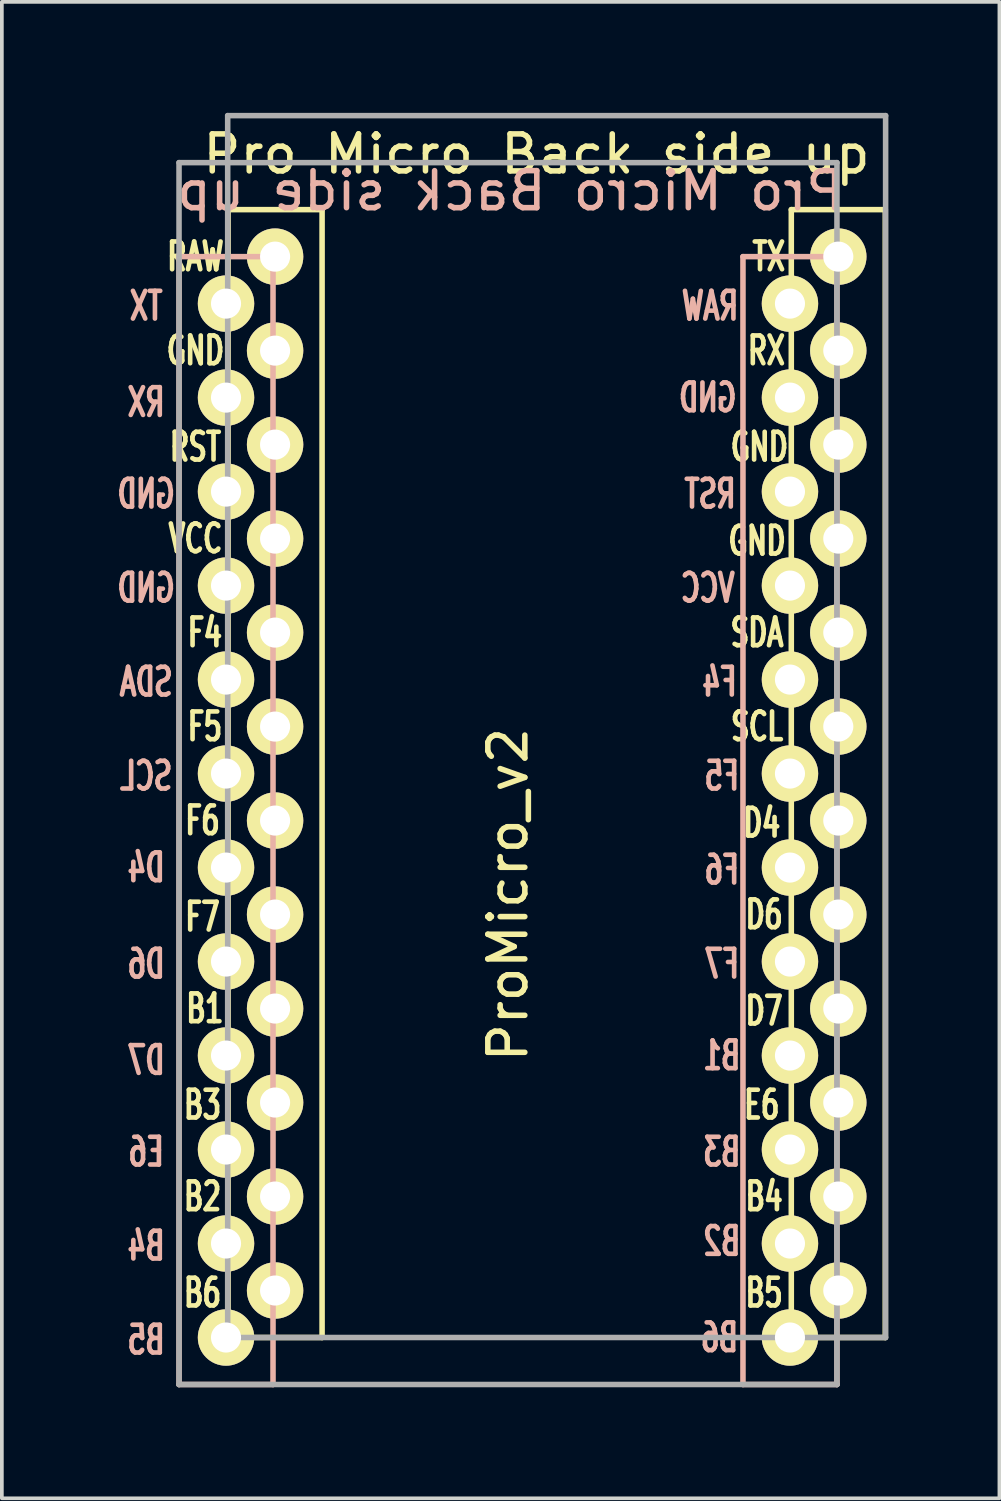
<source format=kicad_pcb>
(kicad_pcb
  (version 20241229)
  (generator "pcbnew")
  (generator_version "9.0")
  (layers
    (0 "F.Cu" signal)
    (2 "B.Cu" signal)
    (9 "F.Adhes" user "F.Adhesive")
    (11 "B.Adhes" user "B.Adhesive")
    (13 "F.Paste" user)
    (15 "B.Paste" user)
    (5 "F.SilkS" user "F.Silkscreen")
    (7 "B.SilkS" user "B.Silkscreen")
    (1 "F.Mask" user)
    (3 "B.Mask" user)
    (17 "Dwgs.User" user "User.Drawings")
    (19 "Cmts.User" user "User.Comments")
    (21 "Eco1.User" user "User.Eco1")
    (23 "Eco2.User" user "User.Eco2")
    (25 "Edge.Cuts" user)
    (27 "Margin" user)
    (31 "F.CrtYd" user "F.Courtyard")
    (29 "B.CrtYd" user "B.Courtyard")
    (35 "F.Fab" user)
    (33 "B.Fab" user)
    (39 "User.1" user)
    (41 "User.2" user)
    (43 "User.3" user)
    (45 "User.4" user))
  (footprint "ProMicro_v2"
    (layer "F.Cu")
    (at 11.948 18.363)
    (property "Reference" "ProMicro_v2" (at -1.27 2.762 270) (layer "F.SilkS") (effects (font (size 1 1) (thickness 0.15))))
    (attr through_hole)
    (fp_line (start -8.834 -15.748) (end -6.294 -15.748) (stroke (width 0.15) (type solid)) (layer "F.SilkS"))
    (fp_line (start -8.834 14.732) (end -8.834 -15.748) (stroke (width 0.15) (type solid)) (layer "F.SilkS"))
    (fp_line (start -6.294 -15.748) (end -6.294 14.732) (stroke (width 0.15) (type solid)) (layer "F.SilkS"))
    (fp_line (start -6.294 14.732) (end -8.834 14.732) (stroke (width 0.15) (type solid)) (layer "F.SilkS"))
    (fp_line (start 6.386 -15.748) (end 8.926 -15.748) (stroke (width 0.15) (type solid)) (layer "F.SilkS"))
    (fp_line (start 6.386 14.732) (end 6.386 -15.748) (stroke (width 0.15) (type solid)) (layer "F.SilkS"))
    (fp_line (start 8.926 -15.748) (end 8.926 14.732) (stroke (width 0.15) (type solid)) (layer "F.SilkS"))
    (fp_line (start 8.926 14.732) (end 6.386 14.732) (stroke (width 0.15) (type solid)) (layer "F.SilkS"))
    (fp_line (start -10.16 -14.478) (end -7.62 -14.478) (stroke (width 0.15) (type solid)) (layer "B.SilkS"))
    (fp_line (start -10.16 16.002) (end -10.16 -14.478) (stroke (width 0.15) (type solid)) (layer "B.SilkS"))
    (fp_line (start -7.62 -14.478) (end -7.62 16.002) (stroke (width 0.15) (type solid)) (layer "B.SilkS"))
    (fp_line (start -7.62 16.002) (end -10.16 16.002) (stroke (width 0.15) (type solid)) (layer "B.SilkS"))
    (fp_line (start 5.08 -14.478) (end 7.62 -14.478) (stroke (width 0.15) (type solid)) (layer "B.SilkS"))
    (fp_line (start 5.08 16.002) (end 5.08 -14.478) (stroke (width 0.15) (type solid)) (layer "B.SilkS"))
    (fp_line (start 7.62 -14.478) (end 7.62 16.002) (stroke (width 0.15) (type solid)) (layer "B.SilkS"))
    (fp_line (start 7.62 16.002) (end 5.08 16.002) (stroke (width 0.15) (type solid)) (layer "B.SilkS"))
    (fp_line (start -10.16 -17.018) (end 7.62 -17.018) (stroke (width 0.15) (type solid)) (layer "F.Fab"))
    (fp_line (start -10.16 16.002) (end -10.16 -17.018) (stroke (width 0.15) (type solid)) (layer "F.Fab"))
    (fp_line (start -8.845 -18.288) (end 8.935 -18.288) (stroke (width 0.15) (type solid)) (layer "F.Fab"))
    (fp_line (start -8.845 14.732) (end -8.845 -18.288) (stroke (width 0.15) (type solid)) (layer "F.Fab"))
    (fp_line (start 7.62 -17.018) (end 7.62 16.002) (stroke (width 0.15) (type solid)) (layer "F.Fab"))
    (fp_line (start 7.62 16.002) (end -10.16 16.002) (stroke (width 0.15) (type solid)) (layer "F.Fab"))
    (fp_line (start 8.935 -18.288) (end 8.935 14.732) (stroke (width 0.15) (type solid)) (layer "F.Fab"))
    (fp_line (start 8.935 14.732) (end -8.845 14.732) (stroke (width 0.15) (type solid)) (layer "F.Fab"))
    (fp_text user "VCC" (at -9.716 -6.858 0) (layer "F.SilkS") (effects (font (size 0.75 0.5) (thickness 0.125))))
    (fp_text user "F6" (at -9.525 0.762 0) (layer "F.SilkS") (effects (font (size 0.75 0.5) (thickness 0.125))))
    (fp_text user "F4" (at -9.461 -4.318 0) (layer "F.SilkS") (effects (font (size 0.75 0.5) (thickness 0.125))))
    (fp_text user "GND" (at 5.461 -6.795 0) (layer "F.SilkS") (effects (font (size 0.75 0.5) (thickness 0.125))))
    (fp_text user "B5" (at 5.652 13.525 0) (layer "F.SilkS") (effects (font (size 0.75 0.5) (thickness 0.125))))
    (fp_text user "B2" (at -9.525 10.922 0) (layer "F.SilkS") (effects (font (size 0.75 0.5) (thickness 0.125))))
    (fp_text user "D6" (at 5.652 3.302 0) (layer "F.SilkS") (effects (font (size 0.75 0.5) (thickness 0.125))))
    (fp_text user "RX" (at 5.715 -11.938 0) (layer "F.SilkS") (effects (font (size 0.75 0.5) (thickness 0.125))))
    (fp_text user "GND" (at -9.716 -11.938 0) (layer "F.SilkS") (effects (font (size 0.75 0.5) (thickness 0.125))))
    (fp_text user "B4" (at 5.652 10.922 0) (layer "F.SilkS") (effects (font (size 0.75 0.5) (thickness 0.125))))
    (fp_text user "F5" (at -9.461 -1.778 0) (layer "F.SilkS") (effects (font (size 0.75 0.5) (thickness 0.125))))
    (fp_text user "B3" (at -9.525 8.445 0) (layer "F.SilkS") (effects (font (size 0.75 0.5) (thickness 0.125))))
    (fp_text user "GND" (at 5.524 -9.335 0) (layer "F.SilkS") (effects (font (size 0.75 0.5) (thickness 0.125))))
    (fp_text user "B1" (at -9.461 5.842 0) (layer "F.SilkS") (effects (font (size 0.75 0.5) (thickness 0.125))))
    (fp_text user "E6" (at 5.588 8.445 0) (layer "F.SilkS") (effects (font (size 0.75 0.5) (thickness 0.125))))
    (fp_text user "D7" (at 5.652 5.905 0) (layer "F.SilkS") (effects (font (size 0.75 0.5) (thickness 0.125))))
    (fp_text user "D4" (at 5.588 0.826 0) (layer "F.SilkS") (effects (font (size 0.75 0.5) (thickness 0.125))))
    (fp_text user "RST" (at -9.716 -9.335 0) (layer "F.SilkS") (effects (font (size 0.75 0.5) (thickness 0.125))))
    (fp_text user "B6" (at -9.525 13.525 0) (layer "F.SilkS") (effects (font (size 0.75 0.5) (thickness 0.125))))
    (fp_text user "Pro Micro Back side up" (at -0.5 -17.25 0) (layer "F.SilkS") (effects (font (size 1 1) (thickness 0.15))))
    (fp_text user "TX" (at 5.779 -14.478 0) (layer "F.SilkS") (effects (font (size 0.75 0.5) (thickness 0.125))))
    (fp_text user "SDA" (at 5.461 -4.318 0) (layer "F.SilkS") (effects (font (size 0.75 0.5) (thickness 0.125))))
    (fp_text user "F7" (at -9.525 3.365 0) (layer "F.SilkS") (effects (font (size 0.75 0.5) (thickness 0.125))))
    (fp_text user "RAW" (at -9.716 -14.478 0) (layer "F.SilkS") (effects (font (size 0.75 0.5) (thickness 0.125))))
    (fp_text user "SCL" (at 5.461 -1.778 0) (layer "F.SilkS") (effects (font (size 0.75 0.5) (thickness 0.125))))
    (fp_text user "RX" (at -11.049 -10.541 0) (layer "B.SilkS") (effects (font (size 0.75 0.5) (thickness 0.125)) (justify mirror)))
    (fp_text user "B5" (at -11.049 14.796 0) (layer "B.SilkS") (effects (font (size 0.75 0.5) (thickness 0.125)) (justify mirror)))
    (fp_text user "F7" (at 4.508 4.636 0) (layer "B.SilkS") (effects (font (size 0.75 0.5) (thickness 0.125)) (justify mirror)))
    (fp_text user "F6" (at 4.508 2.095 0) (layer "B.SilkS") (effects (font (size 0.75 0.5) (thickness 0.125)) (justify mirror)))
    (fp_text user "B4" (at -11.049 12.255 0) (layer "B.SilkS") (effects (font (size 0.75 0.5) (thickness 0.125)) (justify mirror)))
    (fp_text user "SDA" (at -11.049 -2.985 0) (layer "B.SilkS") (effects (font (size 0.75 0.5) (thickness 0.125)) (justify mirror)))
    (fp_text user "F4" (at 4.445 -2.985 0) (layer "B.SilkS") (effects (font (size 0.75 0.5) (thickness 0.125)) (justify mirror)))
    (fp_text user "B6" (at 4.445 14.732 0) (layer "B.SilkS") (effects (font (size 0.75 0.5) (thickness 0.125)) (justify mirror)))
    (fp_text user "TX" (at -11.049 -13.145 0) (layer "B.SilkS") (effects (font (size 0.75 0.5) (thickness 0.125)) (justify mirror)))
    (fp_text user "RST" (at 4.191 -8.065 0) (layer "B.SilkS") (effects (font (size 0.75 0.5) (thickness 0.125)) (justify mirror)))
    (fp_text user "D7" (at -11.049 7.239 0) (layer "B.SilkS") (effects (font (size 0.75 0.5) (thickness 0.125)) (justify mirror)))
    (fp_text user "B2" (at 4.508 12.129 0) (layer "B.SilkS") (effects (font (size 0.75 0.5) (thickness 0.125)) (justify mirror)))
    (fp_text user "RAW" (at 4.191 -13.145 0) (layer "B.SilkS") (effects (font (size 0.75 0.5) (thickness 0.125)) (justify mirror)))
    (fp_text user "GND" (at -11.049 -8.065 0) (layer "B.SilkS") (effects (font (size 0.75 0.5) (thickness 0.125)) (justify mirror)))
    (fp_text user "D4" (at -11.049 2.032 0) (layer "B.SilkS") (effects (font (size 0.75 0.5) (thickness 0.125)) (justify mirror)))
    (fp_text user "GND" (at -11.049 -5.524 0) (layer "B.SilkS") (effects (font (size 0.75 0.5) (thickness 0.125)) (justify mirror)))
    (fp_text user "B1" (at 4.508 7.112 0) (layer "B.SilkS") (effects (font (size 0.75 0.5) (thickness 0.125)) (justify mirror)))
    (fp_text user "E6" (at -11.049 9.716 0) (layer "B.SilkS") (effects (font (size 0.75 0.5) (thickness 0.125)) (justify mirror)))
    (fp_text user "F5" (at 4.508 -0.445 0) (layer "B.SilkS") (effects (font (size 0.75 0.5) (thickness 0.125)) (justify mirror)))
    (fp_text user "GND" (at 4.128 -10.668 0) (layer "B.SilkS") (effects (font (size 0.75 0.5) (thickness 0.125)) (justify mirror)))
    (fp_text user "B3" (at 4.508 9.716 0) (layer "B.SilkS") (effects (font (size 0.75 0.5) (thickness 0.125)) (justify mirror)))
    (fp_text user "VCC" (at 4.128 -5.524 0) (layer "B.SilkS") (effects (font (size 0.75 0.5) (thickness 0.125)) (justify mirror)))
    (fp_text user "D6" (at -11.049 4.636 0) (layer "B.SilkS") (effects (font (size 0.75 0.5) (thickness 0.125)) (justify mirror)))
    (fp_text user "SCL" (at -11.049 -0.445 0) (layer "B.SilkS") (effects (font (size 0.75 0.5) (thickness 0.125)) (justify mirror)))
    (fp_text user "Pro Micro Back side up" (at -1.206 -16.256 0) (layer "B.SilkS") (effects (font (size 1 1) (thickness 0.15)) (justify mirror)))
    (pad "1" thru_hole circle (at -8.89 -13.208) (size 1.524 1.524) (drill 0.813) (layers "*.Cu" "*.Mask" "F.SilkS"))
    (pad "1" thru_hole circle (at 7.656 -14.478) (size 1.524 1.524) (drill 0.813) (layers "*.Cu" "*.Mask" "F.SilkS"))
    (pad "2" thru_hole circle (at -8.89 -10.668) (size 1.524 1.524) (drill 0.813) (layers "*.Cu" "*.Mask" "F.SilkS"))
    (pad "2" thru_hole circle (at 7.656 -11.938) (size 1.524 1.524) (drill 0.813) (layers "*.Cu" "*.Mask" "F.SilkS"))
    (pad "3" thru_hole circle (at -8.89 -8.128) (size 1.524 1.524) (drill 0.813) (layers "*.Cu" "*.Mask" "F.SilkS"))
    (pad "3" thru_hole circle (at 7.656 -9.398) (size 1.524 1.524) (drill 0.813) (layers "*.Cu" "*.Mask" "F.SilkS"))
    (pad "4" thru_hole circle (at -8.89 -5.588) (size 1.524 1.524) (drill 0.813) (layers "*.Cu" "*.Mask" "F.SilkS"))
    (pad "4" thru_hole circle (at 7.656 -6.858) (size 1.524 1.524) (drill 0.813) (layers "*.Cu" "*.Mask" "F.SilkS"))
    (pad "5" thru_hole circle (at -8.89 -3.048) (size 1.524 1.524) (drill 0.813) (layers "*.Cu" "*.Mask" "F.SilkS"))
    (pad "5" thru_hole circle (at 7.656 -4.318) (size 1.524 1.524) (drill 0.813) (layers "*.Cu" "*.Mask" "F.SilkS"))
    (pad "6" thru_hole circle (at -8.89 -0.508) (size 1.524 1.524) (drill 0.813) (layers "*.Cu" "*.Mask" "F.SilkS"))
    (pad "6" thru_hole circle (at 7.656 -1.778) (size 1.524 1.524) (drill 0.813) (layers "*.Cu" "*.Mask" "F.SilkS"))
    (pad "7" thru_hole circle (at -8.89 2.032) (size 1.524 1.524) (drill 0.813) (layers "*.Cu" "*.Mask" "F.SilkS"))
    (pad "7" thru_hole circle (at 7.656 0.762) (size 1.524 1.524) (drill 0.813) (layers "*.Cu" "*.Mask" "F.SilkS"))
    (pad "8" thru_hole circle (at -8.89 4.572) (size 1.524 1.524) (drill 0.813) (layers "*.Cu" "*.Mask" "F.SilkS"))
    (pad "8" thru_hole circle (at 7.656 3.302) (size 1.524 1.524) (drill 0.813) (layers "*.Cu" "*.Mask" "F.SilkS"))
    (pad "9" thru_hole circle (at -8.89 7.112) (size 1.524 1.524) (drill 0.813) (layers "*.Cu" "*.Mask" "F.SilkS"))
    (pad "9" thru_hole circle (at 7.656 5.842) (size 1.524 1.524) (drill 0.813) (layers "*.Cu" "*.Mask" "F.SilkS"))
    (pad "10" thru_hole circle (at -8.89 9.652) (size 1.524 1.524) (drill 0.813) (layers "*.Cu" "*.Mask" "F.SilkS"))
    (pad "10" thru_hole circle (at 7.656 8.382) (size 1.524 1.524) (drill 0.813) (layers "*.Cu" "*.Mask" "F.SilkS"))
    (pad "11" thru_hole circle (at -8.89 12.192) (size 1.524 1.524) (drill 0.813) (layers "*.Cu" "*.Mask" "F.SilkS"))
    (pad "11" thru_hole circle (at 7.656 10.922) (size 1.524 1.524) (drill 0.813) (layers "*.Cu" "*.Mask" "F.SilkS"))
    (pad "12" thru_hole circle (at -8.89 14.732) (size 1.524 1.524) (drill 0.813) (layers "*.Cu" "*.Mask" "F.SilkS"))
    (pad "12" thru_hole circle (at 7.656 13.462) (size 1.524 1.524) (drill 0.813) (layers "*.Cu" "*.Mask" "F.SilkS"))
    (pad "13" thru_hole circle (at -7.564 13.462) (size 1.524 1.524) (drill 0.813) (layers "*.Cu" "*.Mask" "F.SilkS"))
    (pad "13" thru_hole circle (at 6.35 14.732) (size 1.524 1.524) (drill 0.813) (layers "*.Cu" "*.Mask" "F.SilkS"))
    (pad "14" thru_hole circle (at -7.564 10.922) (size 1.524 1.524) (drill 0.813) (layers "*.Cu" "*.Mask" "F.SilkS"))
    (pad "14" thru_hole circle (at 6.35 12.192) (size 1.524 1.524) (drill 0.813) (layers "*.Cu" "*.Mask" "F.SilkS"))
    (pad "15" thru_hole circle (at -7.564 8.382) (size 1.524 1.524) (drill 0.813) (layers "*.Cu" "*.Mask" "F.SilkS"))
    (pad "15" thru_hole circle (at 6.35 9.652) (size 1.524 1.524) (drill 0.813) (layers "*.Cu" "*.Mask" "F.SilkS"))
    (pad "16" thru_hole circle (at -7.564 5.842) (size 1.524 1.524) (drill 0.813) (layers "*.Cu" "*.Mask" "F.SilkS"))
    (pad "16" thru_hole circle (at 6.35 7.112) (size 1.524 1.524) (drill 0.813) (layers "*.Cu" "*.Mask" "F.SilkS"))
    (pad "17" thru_hole circle (at -7.564 3.302) (size 1.524 1.524) (drill 0.813) (layers "*.Cu" "*.Mask" "F.SilkS"))
    (pad "17" thru_hole circle (at 6.35 4.572) (size 1.524 1.524) (drill 0.813) (layers "*.Cu" "*.Mask" "F.SilkS"))
    (pad "18" thru_hole circle (at -7.564 0.762) (size 1.524 1.524) (drill 0.813) (layers "*.Cu" "*.Mask" "F.SilkS"))
    (pad "18" thru_hole circle (at 6.35 2.032) (size 1.524 1.524) (drill 0.813) (layers "*.Cu" "*.Mask" "F.SilkS"))
    (pad "19" thru_hole circle (at -7.564 -1.778) (size 1.524 1.524) (drill 0.813) (layers "*.Cu" "*.Mask" "F.SilkS"))
    (pad "19" thru_hole circle (at 6.35 -0.508) (size 1.524 1.524) (drill 0.813) (layers "*.Cu" "*.Mask" "F.SilkS"))
    (pad "20" thru_hole circle (at -7.564 -4.318) (size 1.524 1.524) (drill 0.813) (layers "*.Cu" "*.Mask" "F.SilkS"))
    (pad "20" thru_hole circle (at 6.35 -3.048) (size 1.524 1.524) (drill 0.813) (layers "*.Cu" "*.Mask" "F.SilkS"))
    (pad "21" thru_hole circle (at -7.564 -6.858) (size 1.524 1.524) (drill 0.813) (layers "*.Cu" "*.Mask" "F.SilkS"))
    (pad "21" thru_hole circle (at 6.35 -5.588) (size 1.524 1.524) (drill 0.813) (layers "*.Cu" "*.Mask" "F.SilkS"))
    (pad "22" thru_hole circle (at -7.564 -9.398) (size 1.524 1.524) (drill 0.813) (layers "*.Cu" "*.Mask" "F.SilkS"))
    (pad "22" thru_hole circle (at 6.35 -8.128) (size 1.524 1.524) (drill 0.813) (layers "*.Cu" "*.Mask" "F.SilkS"))
    (pad "23" thru_hole circle (at -7.564 -11.938) (size 1.524 1.524) (drill 0.813) (layers "*.Cu" "*.Mask" "F.SilkS"))
    (pad "23" thru_hole circle (at 6.35 -10.668) (size 1.524 1.524) (drill 0.813) (layers "*.Cu" "*.Mask" "F.SilkS"))
    (pad "24" thru_hole circle (at -7.564 -14.478) (size 1.524 1.524) (drill 0.813) (layers "*.Cu" "*.Mask" "F.SilkS"))
    (pad "24" thru_hole circle (at 6.35 -13.208) (size 1.524 1.524) (drill 0.813) (layers "*.Cu" "*.Mask" "F.SilkS")))
  (gr_rect
    (start -3 -3)
    (end 23.958 37.44)
    (stroke (width 0.1) (type default))
    (fill no)
    (layer "Edge.Cuts")))
</source>
